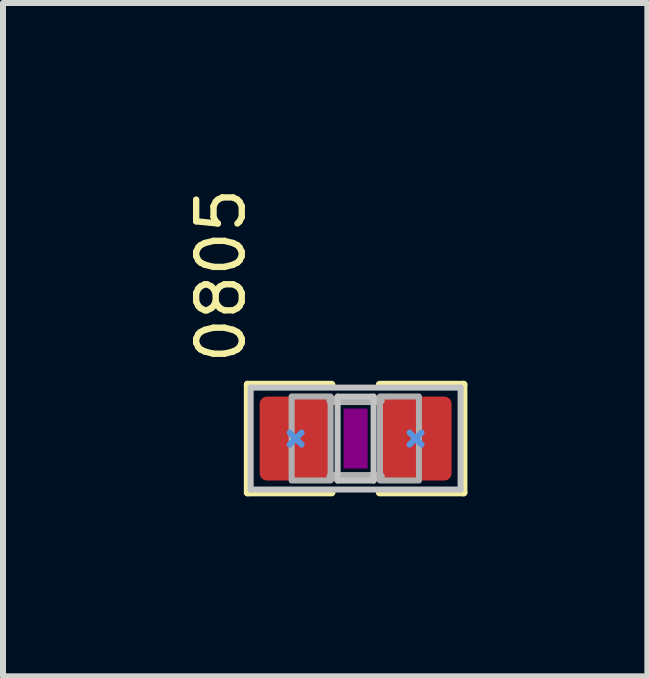
<source format=kicad_pcb>
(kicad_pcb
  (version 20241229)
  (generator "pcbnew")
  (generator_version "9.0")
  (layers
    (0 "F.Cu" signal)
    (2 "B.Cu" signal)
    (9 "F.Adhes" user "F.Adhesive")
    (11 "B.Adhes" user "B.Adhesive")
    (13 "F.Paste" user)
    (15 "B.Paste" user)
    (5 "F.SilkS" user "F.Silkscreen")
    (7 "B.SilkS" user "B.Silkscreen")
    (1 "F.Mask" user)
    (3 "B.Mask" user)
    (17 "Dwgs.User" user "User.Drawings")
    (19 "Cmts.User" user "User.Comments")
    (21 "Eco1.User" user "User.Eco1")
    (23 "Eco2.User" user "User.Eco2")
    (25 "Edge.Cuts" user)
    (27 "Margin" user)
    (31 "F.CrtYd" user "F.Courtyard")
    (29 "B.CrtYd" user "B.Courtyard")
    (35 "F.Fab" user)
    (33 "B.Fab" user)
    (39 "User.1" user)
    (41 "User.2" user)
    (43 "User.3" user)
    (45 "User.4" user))
  (footprint "0805"
    (layer "F.Cu")
    (at 2.879 4.262)
    (property "Reference" "0805" (at -1.8 -1.2 90) (layer "F.SilkS") (effects (font (size 0.76 0.76) (thickness 0.106)) (justify left bottom)))
    (attr through_hole)
    (fp_line (start -1.8 -0.9) (end -0.4 -0.9) (stroke (width 0.127) (type solid)) (layer "F.SilkS"))
    (fp_line (start -1.8 0.9) (end -1.8 -0.9) (stroke (width 0.127) (type solid)) (layer "F.SilkS"))
    (fp_line (start -0.4 0.9) (end -1.8 0.9) (stroke (width 0.127) (type solid)) (layer "F.SilkS"))
    (fp_line (start 0.4 -0.9) (end 1.8 -0.9) (stroke (width 0.127) (type solid)) (layer "F.SilkS"))
    (fp_line (start 1.8 -0.9) (end 1.8 0.9) (stroke (width 0.127) (type solid)) (layer "F.SilkS"))
    (fp_line (start 1.8 0.9) (end 0.4 0.9) (stroke (width 0.127) (type solid)) (layer "F.SilkS"))
    (fp_poly (pts (xy -0.2 0.5) (xy 0.2 0.5) (xy 0.2 -0.5) (xy -0.2 -0.5)) (stroke (width 0) (type solid)) (fill yes) (layer "F.Adhes"))
    (fp_line (start -1.75 -0.85) (end 1.75 -0.85) (stroke (width 0.1) (type solid)) (layer "Dwgs.User"))
    (fp_line (start -1.75 0.85) (end -1.75 -0.85) (stroke (width 0.1) (type solid)) (layer "Dwgs.User"))
    (fp_line (start -0.3 -0.7) (end 0.3 -0.7) (stroke (width 0.1) (type solid)) (layer "Dwgs.User"))
    (fp_line (start -0.3 0.7) (end -0.3 -0.7) (stroke (width 0.1) (type solid)) (layer "Dwgs.User"))
    (fp_line (start 0.3 -0.7) (end 0.3 0.7) (stroke (width 0.1) (type solid)) (layer "Dwgs.User"))
    (fp_line (start 0.3 0.7) (end -0.3 0.7) (stroke (width 0.1) (type solid)) (layer "Dwgs.User"))
    (fp_line (start 1.75 -0.85) (end 1.75 0.85) (stroke (width 0.1) (type solid)) (layer "Dwgs.User"))
    (fp_line (start 1.75 0.85) (end -1.75 0.85) (stroke (width 0.1) (type solid)) (layer "Dwgs.User"))
    (fp_line (start -1.1 -0.1) (end -0.9 0.1) (stroke (width 0.1) (type solid)) (layer "Cmts.User"))
    (fp_line (start -1.1 0.1) (end -0.9 -0.1) (stroke (width 0.1) (type solid)) (layer "Cmts.User"))
    (fp_line (start 0.9 -0.1) (end 1.1 0.1) (stroke (width 0.1) (type solid)) (layer "Cmts.User"))
    (fp_line (start 0.9 0.1) (end 1.1 -0.1) (stroke (width 0.1) (type solid)) (layer "Cmts.User"))
    (fp_line (start -0.41 -0.635) (end 0.41 -0.635) (stroke (width 0.152) (type solid)) (layer "F.Fab"))
    (fp_line (start -0.41 0.635) (end 0.41 0.635) (stroke (width 0.152) (type solid)) (layer "F.Fab"))
    (fp_poly (pts (xy -1.067 0.699) (xy -0.417 0.699) (xy -0.417 -0.702) (xy -1.067 -0.702)) (stroke (width 0.1) (type solid)) (fill no) (layer "F.Fab"))
    (fp_poly (pts (xy 0.406 0.699) (xy 1.056 0.699) (xy 1.056 -0.702) (xy 0.406 -0.702)) (stroke (width 0.1) (type solid)) (fill no) (layer "F.Fab"))
    (pad "1" smd roundrect (at -1 0) (size 1.2 1.4) (layers "F.Cu" "F.Mask" "F.Paste") (roundrect_rratio 0.1))
    (pad "2" smd roundrect (at 1 0) (size 1.2 1.4) (layers "F.Cu" "F.Mask" "F.Paste") (roundrect_rratio 0.1)))
  (gr_rect
    (start -3 -3)
    (end 7.743 8.226)
    (stroke (width 0.1) (type default))
    (fill no)
    (layer "Edge.Cuts")))
</source>
